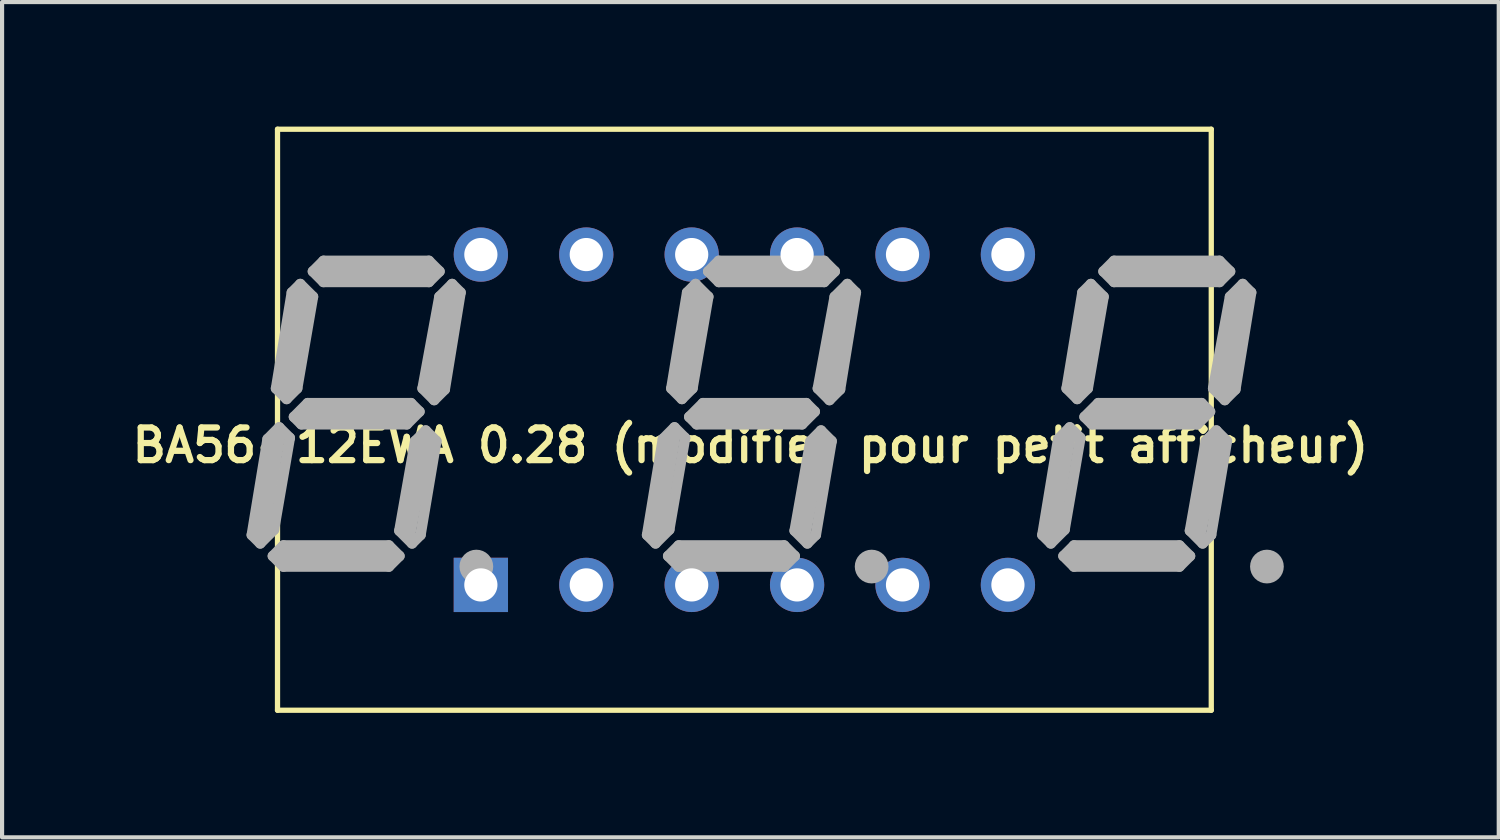
<source format=kicad_pcb>
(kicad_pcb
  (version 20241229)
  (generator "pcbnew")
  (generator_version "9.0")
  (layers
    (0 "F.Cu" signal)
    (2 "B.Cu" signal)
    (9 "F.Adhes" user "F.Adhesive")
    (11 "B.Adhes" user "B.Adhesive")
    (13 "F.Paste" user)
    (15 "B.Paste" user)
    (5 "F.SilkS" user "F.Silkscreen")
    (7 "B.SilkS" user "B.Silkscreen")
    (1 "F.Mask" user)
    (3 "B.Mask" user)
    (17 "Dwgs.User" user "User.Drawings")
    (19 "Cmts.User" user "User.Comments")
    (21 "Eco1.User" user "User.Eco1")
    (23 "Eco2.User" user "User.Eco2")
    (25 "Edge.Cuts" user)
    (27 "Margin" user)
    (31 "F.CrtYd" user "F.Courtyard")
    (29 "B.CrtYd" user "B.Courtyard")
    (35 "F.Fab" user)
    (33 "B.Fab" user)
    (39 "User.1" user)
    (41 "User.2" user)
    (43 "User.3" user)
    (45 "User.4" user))
  (footprint "BA56-12EWA 0.28 (modifier pour petit afficheur)"
    (layer "F.Cu")
    (at 14.887 7.064)
    (property "Reference" "BA56-12EWA 0.28 (modifier pour petit afficheur)" (at 0.145 0.617 0) (layer "F.SilkS") (effects (font (size 0.787 0.787) (thickness 0.15))))
    (attr through_hole)
    (fp_line (start -11.25 -7) (end -11.25 7) (stroke (width 0.127) (type solid)) (layer "F.SilkS"))
    (fp_line (start 11.25 -7) (end -11.25 -7) (stroke (width 0.127) (type solid)) (layer "F.SilkS"))
    (fp_line (start 11.25 -7) (end 11.25 7) (stroke (width 0.127) (type solid)) (layer "F.SilkS"))
    (fp_line (start 11.25 7) (end -11.25 7) (stroke (width 0.127) (type solid)) (layer "F.SilkS"))
    (fp_line (start -11.869 2.776) (end -11.666 2.979) (stroke (width 0.254) (type solid)) (layer "F.Fab"))
    (fp_line (start -11.666 2.776) (end -11.285 0.49) (stroke (width 0.406) (type solid)) (layer "F.Fab"))
    (fp_line (start -11.666 2.979) (end -11.336 2.649) (stroke (width 0.254) (type solid)) (layer "F.Fab"))
    (fp_line (start -11.488 0.465) (end -11.869 2.776) (stroke (width 0.254) (type solid)) (layer "F.Fab"))
    (fp_line (start -11.361 3.284) (end -11.107 3.03) (stroke (width 0.254) (type solid)) (layer "F.Fab"))
    (fp_line (start -11.336 2.649) (end -10.955 0.439) (stroke (width 0.254) (type solid)) (layer "F.Fab"))
    (fp_line (start -11.285 -0.755) (end -10.904 -3.066) (stroke (width 0.254) (type solid)) (layer "F.Fab"))
    (fp_line (start -11.209 0.185) (end -11.488 0.465) (stroke (width 0.254) (type solid)) (layer "F.Fab"))
    (fp_line (start -11.209 0.185) (end -10.955 0.439) (stroke (width 0.254) (type solid)) (layer "F.Fab"))
    (fp_line (start -11.107 3.03) (end -8.567 3.03) (stroke (width 0.254) (type solid)) (layer "F.Fab"))
    (fp_line (start -11.107 3.538) (end -11.361 3.284) (stroke (width 0.254) (type solid)) (layer "F.Fab"))
    (fp_line (start -11.031 -0.501) (end -11.285 -0.755) (stroke (width 0.254) (type solid)) (layer "F.Fab"))
    (fp_line (start -10.904 -3.066) (end -10.701 -3.269) (stroke (width 0.254) (type solid)) (layer "F.Fab"))
    (fp_line (start -10.853 -0.069) (end -10.523 -0.399) (stroke (width 0.254) (type solid)) (layer "F.Fab"))
    (fp_line (start -10.777 -0.755) (end -11.031 -0.501) (stroke (width 0.254) (type solid)) (layer "F.Fab"))
    (fp_line (start -10.701 -3.269) (end -10.396 -2.964) (stroke (width 0.254) (type solid)) (layer "F.Fab"))
    (fp_line (start -10.675 0.109) (end -10.853 -0.069) (stroke (width 0.254) (type solid)) (layer "F.Fab"))
    (fp_line (start -10.65 -2.939) (end -11.031 -0.78) (stroke (width 0.406) (type solid)) (layer "F.Fab"))
    (fp_line (start -10.65 -0.145) (end -8.11 -0.145) (stroke (width 0.406) (type solid)) (layer "F.Fab"))
    (fp_line (start -10.523 -0.399) (end -8.034 -0.399) (stroke (width 0.254) (type solid)) (layer "F.Fab"))
    (fp_line (start -10.396 -3.574) (end -10.142 -3.828) (stroke (width 0.254) (type solid)) (layer "F.Fab"))
    (fp_line (start -10.396 -2.964) (end -10.777 -0.755) (stroke (width 0.254) (type solid)) (layer "F.Fab"))
    (fp_line (start -10.142 -3.828) (end -7.602 -3.828) (stroke (width 0.254) (type solid)) (layer "F.Fab"))
    (fp_line (start -10.142 -3.32) (end -10.396 -3.574) (stroke (width 0.254) (type solid)) (layer "F.Fab"))
    (fp_line (start -8.618 3.284) (end -11.031 3.284) (stroke (width 0.406) (type solid)) (layer "F.Fab"))
    (fp_line (start -8.567 3.03) (end -8.313 3.284) (stroke (width 0.254) (type solid)) (layer "F.Fab"))
    (fp_line (start -8.567 3.538) (end -11.107 3.538) (stroke (width 0.254) (type solid)) (layer "F.Fab"))
    (fp_line (start -8.313 2.674) (end -8.008 2.979) (stroke (width 0.254) (type solid)) (layer "F.Fab"))
    (fp_line (start -8.313 3.284) (end -8.567 3.538) (stroke (width 0.254) (type solid)) (layer "F.Fab"))
    (fp_line (start -8.135 0.109) (end -10.675 0.109) (stroke (width 0.254) (type solid)) (layer "F.Fab"))
    (fp_line (start -8.034 -0.399) (end -7.831 -0.196) (stroke (width 0.254) (type solid)) (layer "F.Fab"))
    (fp_line (start -8.008 2.979) (end -7.805 2.776) (stroke (width 0.254) (type solid)) (layer "F.Fab"))
    (fp_line (start -7.932 0.515) (end -8.313 2.674) (stroke (width 0.254) (type solid)) (layer "F.Fab"))
    (fp_line (start -7.831 -0.196) (end -8.135 0.109) (stroke (width 0.254) (type solid)) (layer "F.Fab"))
    (fp_line (start -7.805 2.776) (end -7.424 0.515) (stroke (width 0.254) (type solid)) (layer "F.Fab"))
    (fp_line (start -7.754 -0.755) (end -7.475 -0.475) (stroke (width 0.254) (type solid)) (layer "F.Fab"))
    (fp_line (start -7.729 0.617) (end -8.11 2.649) (stroke (width 0.406) (type solid)) (layer "F.Fab"))
    (fp_line (start -7.678 0.261) (end -7.932 0.515) (stroke (width 0.254) (type solid)) (layer "F.Fab"))
    (fp_line (start -7.602 -3.828) (end -7.348 -3.574) (stroke (width 0.254) (type solid)) (layer "F.Fab"))
    (fp_line (start -7.602 -3.574) (end -10.142 -3.574) (stroke (width 0.406) (type solid)) (layer "F.Fab"))
    (fp_line (start -7.602 -3.32) (end -10.142 -3.32) (stroke (width 0.254) (type solid)) (layer "F.Fab"))
    (fp_line (start -7.475 -0.475) (end -7.221 -0.729) (stroke (width 0.254) (type solid)) (layer "F.Fab"))
    (fp_line (start -7.424 0.515) (end -7.678 0.261) (stroke (width 0.254) (type solid)) (layer "F.Fab"))
    (fp_line (start -7.348 -3.574) (end -7.602 -3.32) (stroke (width 0.254) (type solid)) (layer "F.Fab"))
    (fp_line (start -7.348 -2.964) (end -7.754 -0.755) (stroke (width 0.254) (type solid)) (layer "F.Fab"))
    (fp_line (start -7.221 -0.729) (end -6.84 -3.066) (stroke (width 0.254) (type solid)) (layer "F.Fab"))
    (fp_line (start -7.094 -2.939) (end -7.475 -0.78) (stroke (width 0.406) (type solid)) (layer "F.Fab"))
    (fp_line (start -7.043 -3.269) (end -7.348 -2.964) (stroke (width 0.254) (type solid)) (layer "F.Fab"))
    (fp_line (start -6.84 -3.066) (end -7.043 -3.269) (stroke (width 0.254) (type solid)) (layer "F.Fab"))
    (fp_line (start -6.586 3.538) (end -6.332 3.538) (stroke (width 0.305) (type solid)) (layer "F.Fab"))
    (fp_line (start -2.344 2.776) (end -2.141 2.979) (stroke (width 0.254) (type solid)) (layer "F.Fab"))
    (fp_line (start -2.141 2.776) (end -1.76 0.49) (stroke (width 0.406) (type solid)) (layer "F.Fab"))
    (fp_line (start -2.141 2.979) (end -1.811 2.649) (stroke (width 0.254) (type solid)) (layer "F.Fab"))
    (fp_line (start -1.963 0.465) (end -2.344 2.776) (stroke (width 0.254) (type solid)) (layer "F.Fab"))
    (fp_line (start -1.836 3.284) (end -1.582 3.03) (stroke (width 0.254) (type solid)) (layer "F.Fab"))
    (fp_line (start -1.811 2.649) (end -1.43 0.439) (stroke (width 0.254) (type solid)) (layer "F.Fab"))
    (fp_line (start -1.76 -0.755) (end -1.379 -3.066) (stroke (width 0.254) (type solid)) (layer "F.Fab"))
    (fp_line (start -1.684 0.185) (end -1.963 0.465) (stroke (width 0.254) (type solid)) (layer "F.Fab"))
    (fp_line (start -1.684 0.185) (end -1.43 0.439) (stroke (width 0.254) (type solid)) (layer "F.Fab"))
    (fp_line (start -1.582 3.03) (end 0.958 3.03) (stroke (width 0.254) (type solid)) (layer "F.Fab"))
    (fp_line (start -1.582 3.538) (end -1.836 3.284) (stroke (width 0.254) (type solid)) (layer "F.Fab"))
    (fp_line (start -1.506 -0.501) (end -1.76 -0.755) (stroke (width 0.254) (type solid)) (layer "F.Fab"))
    (fp_line (start -1.379 -3.066) (end -1.176 -3.269) (stroke (width 0.254) (type solid)) (layer "F.Fab"))
    (fp_line (start -1.328 -0.069) (end -0.998 -0.399) (stroke (width 0.254) (type solid)) (layer "F.Fab"))
    (fp_line (start -1.252 -0.755) (end -1.506 -0.501) (stroke (width 0.254) (type solid)) (layer "F.Fab"))
    (fp_line (start -1.176 -3.269) (end -0.871 -2.964) (stroke (width 0.254) (type solid)) (layer "F.Fab"))
    (fp_line (start -1.15 0.109) (end -1.328 -0.069) (stroke (width 0.254) (type solid)) (layer "F.Fab"))
    (fp_line (start -1.125 -2.939) (end -1.506 -0.78) (stroke (width 0.406) (type solid)) (layer "F.Fab"))
    (fp_line (start -1.125 -0.145) (end 1.415 -0.145) (stroke (width 0.406) (type solid)) (layer "F.Fab"))
    (fp_line (start -0.998 -0.399) (end 1.491 -0.399) (stroke (width 0.254) (type solid)) (layer "F.Fab"))
    (fp_line (start -0.871 -3.574) (end -0.617 -3.828) (stroke (width 0.254) (type solid)) (layer "F.Fab"))
    (fp_line (start -0.871 -2.964) (end -1.252 -0.755) (stroke (width 0.254) (type solid)) (layer "F.Fab"))
    (fp_line (start -0.617 -3.828) (end 1.923 -3.828) (stroke (width 0.254) (type solid)) (layer "F.Fab"))
    (fp_line (start -0.617 -3.32) (end -0.871 -3.574) (stroke (width 0.254) (type solid)) (layer "F.Fab"))
    (fp_line (start 0.907 3.284) (end -1.506 3.284) (stroke (width 0.406) (type solid)) (layer "F.Fab"))
    (fp_line (start 0.958 3.03) (end 1.212 3.284) (stroke (width 0.254) (type solid)) (layer "F.Fab"))
    (fp_line (start 0.958 3.538) (end -1.582 3.538) (stroke (width 0.254) (type solid)) (layer "F.Fab"))
    (fp_line (start 1.212 2.674) (end 1.517 2.979) (stroke (width 0.254) (type solid)) (layer "F.Fab"))
    (fp_line (start 1.212 3.284) (end 0.958 3.538) (stroke (width 0.254) (type solid)) (layer "F.Fab"))
    (fp_line (start 1.39 0.109) (end -1.15 0.109) (stroke (width 0.254) (type solid)) (layer "F.Fab"))
    (fp_line (start 1.491 -0.399) (end 1.694 -0.196) (stroke (width 0.254) (type solid)) (layer "F.Fab"))
    (fp_line (start 1.517 2.979) (end 1.72 2.776) (stroke (width 0.254) (type solid)) (layer "F.Fab"))
    (fp_line (start 1.593 0.515) (end 1.212 2.674) (stroke (width 0.254) (type solid)) (layer "F.Fab"))
    (fp_line (start 1.694 -0.196) (end 1.39 0.109) (stroke (width 0.254) (type solid)) (layer "F.Fab"))
    (fp_line (start 1.72 2.776) (end 2.101 0.515) (stroke (width 0.254) (type solid)) (layer "F.Fab"))
    (fp_line (start 1.771 -0.755) (end 2.05 -0.475) (stroke (width 0.254) (type solid)) (layer "F.Fab"))
    (fp_line (start 1.796 0.617) (end 1.415 2.649) (stroke (width 0.406) (type solid)) (layer "F.Fab"))
    (fp_line (start 1.847 0.261) (end 1.593 0.515) (stroke (width 0.254) (type solid)) (layer "F.Fab"))
    (fp_line (start 1.923 -3.828) (end 2.177 -3.574) (stroke (width 0.254) (type solid)) (layer "F.Fab"))
    (fp_line (start 1.923 -3.574) (end -0.617 -3.574) (stroke (width 0.406) (type solid)) (layer "F.Fab"))
    (fp_line (start 1.923 -3.32) (end -0.617 -3.32) (stroke (width 0.254) (type solid)) (layer "F.Fab"))
    (fp_line (start 2.05 -0.475) (end 2.304 -0.729) (stroke (width 0.254) (type solid)) (layer "F.Fab"))
    (fp_line (start 2.101 0.515) (end 1.847 0.261) (stroke (width 0.254) (type solid)) (layer "F.Fab"))
    (fp_line (start 2.177 -3.574) (end 1.923 -3.32) (stroke (width 0.254) (type solid)) (layer "F.Fab"))
    (fp_line (start 2.177 -2.964) (end 1.771 -0.755) (stroke (width 0.254) (type solid)) (layer "F.Fab"))
    (fp_line (start 2.304 -0.729) (end 2.685 -3.066) (stroke (width 0.254) (type solid)) (layer "F.Fab"))
    (fp_line (start 2.431 -2.939) (end 2.05 -0.78) (stroke (width 0.406) (type solid)) (layer "F.Fab"))
    (fp_line (start 2.482 -3.269) (end 2.177 -2.964) (stroke (width 0.254) (type solid)) (layer "F.Fab"))
    (fp_line (start 2.685 -3.066) (end 2.482 -3.269) (stroke (width 0.254) (type solid)) (layer "F.Fab"))
    (fp_line (start 2.939 3.538) (end 3.193 3.538) (stroke (width 0.305) (type solid)) (layer "F.Fab"))
    (fp_line (start 7.181 2.776) (end 7.384 2.979) (stroke (width 0.254) (type solid)) (layer "F.Fab"))
    (fp_line (start 7.384 2.776) (end 7.765 0.49) (stroke (width 0.406) (type solid)) (layer "F.Fab"))
    (fp_line (start 7.384 2.979) (end 7.714 2.649) (stroke (width 0.254) (type solid)) (layer "F.Fab"))
    (fp_line (start 7.562 0.465) (end 7.181 2.776) (stroke (width 0.254) (type solid)) (layer "F.Fab"))
    (fp_line (start 7.689 3.284) (end 7.943 3.03) (stroke (width 0.254) (type solid)) (layer "F.Fab"))
    (fp_line (start 7.714 2.649) (end 8.095 0.439) (stroke (width 0.254) (type solid)) (layer "F.Fab"))
    (fp_line (start 7.765 -0.755) (end 8.146 -3.066) (stroke (width 0.254) (type solid)) (layer "F.Fab"))
    (fp_line (start 7.841 0.185) (end 7.562 0.465) (stroke (width 0.254) (type solid)) (layer "F.Fab"))
    (fp_line (start 7.841 0.185) (end 8.095 0.439) (stroke (width 0.254) (type solid)) (layer "F.Fab"))
    (fp_line (start 7.943 3.03) (end 10.483 3.03) (stroke (width 0.254) (type solid)) (layer "F.Fab"))
    (fp_line (start 7.943 3.538) (end 7.689 3.284) (stroke (width 0.254) (type solid)) (layer "F.Fab"))
    (fp_line (start 8.019 -0.501) (end 7.765 -0.755) (stroke (width 0.254) (type solid)) (layer "F.Fab"))
    (fp_line (start 8.146 -3.066) (end 8.349 -3.269) (stroke (width 0.254) (type solid)) (layer "F.Fab"))
    (fp_line (start 8.197 -0.069) (end 8.527 -0.399) (stroke (width 0.254) (type solid)) (layer "F.Fab"))
    (fp_line (start 8.273 -0.755) (end 8.019 -0.501) (stroke (width 0.254) (type solid)) (layer "F.Fab"))
    (fp_line (start 8.349 -3.269) (end 8.654 -2.964) (stroke (width 0.254) (type solid)) (layer "F.Fab"))
    (fp_line (start 8.375 0.109) (end 8.197 -0.069) (stroke (width 0.254) (type solid)) (layer "F.Fab"))
    (fp_line (start 8.4 -2.939) (end 8.019 -0.78) (stroke (width 0.406) (type solid)) (layer "F.Fab"))
    (fp_line (start 8.4 -0.145) (end 10.94 -0.145) (stroke (width 0.406) (type solid)) (layer "F.Fab"))
    (fp_line (start 8.527 -0.399) (end 11.016 -0.399) (stroke (width 0.254) (type solid)) (layer "F.Fab"))
    (fp_line (start 8.654 -3.574) (end 8.908 -3.828) (stroke (width 0.254) (type solid)) (layer "F.Fab"))
    (fp_line (start 8.654 -2.964) (end 8.273 -0.755) (stroke (width 0.254) (type solid)) (layer "F.Fab"))
    (fp_line (start 8.908 -3.828) (end 11.448 -3.828) (stroke (width 0.254) (type solid)) (layer "F.Fab"))
    (fp_line (start 8.908 -3.32) (end 8.654 -3.574) (stroke (width 0.254) (type solid)) (layer "F.Fab"))
    (fp_line (start 10.432 3.284) (end 8.019 3.284) (stroke (width 0.406) (type solid)) (layer "F.Fab"))
    (fp_line (start 10.483 3.03) (end 10.737 3.284) (stroke (width 0.254) (type solid)) (layer "F.Fab"))
    (fp_line (start 10.483 3.538) (end 7.943 3.538) (stroke (width 0.254) (type solid)) (layer "F.Fab"))
    (fp_line (start 10.737 2.674) (end 11.042 2.979) (stroke (width 0.254) (type solid)) (layer "F.Fab"))
    (fp_line (start 10.737 3.284) (end 10.483 3.538) (stroke (width 0.254) (type solid)) (layer "F.Fab"))
    (fp_line (start 10.915 0.109) (end 8.375 0.109) (stroke (width 0.254) (type solid)) (layer "F.Fab"))
    (fp_line (start 11.016 -0.399) (end 11.219 -0.196) (stroke (width 0.254) (type solid)) (layer "F.Fab"))
    (fp_line (start 11.042 2.979) (end 11.245 2.776) (stroke (width 0.254) (type solid)) (layer "F.Fab"))
    (fp_line (start 11.118 0.515) (end 10.737 2.674) (stroke (width 0.254) (type solid)) (layer "F.Fab"))
    (fp_line (start 11.219 -0.196) (end 10.915 0.109) (stroke (width 0.254) (type solid)) (layer "F.Fab"))
    (fp_line (start 11.245 2.776) (end 11.626 0.515) (stroke (width 0.254) (type solid)) (layer "F.Fab"))
    (fp_line (start 11.296 -0.755) (end 11.575 -0.475) (stroke (width 0.254) (type solid)) (layer "F.Fab"))
    (fp_line (start 11.321 0.617) (end 10.94 2.649) (stroke (width 0.406) (type solid)) (layer "F.Fab"))
    (fp_line (start 11.372 0.261) (end 11.118 0.515) (stroke (width 0.254) (type solid)) (layer "F.Fab"))
    (fp_line (start 11.448 -3.828) (end 11.702 -3.574) (stroke (width 0.254) (type solid)) (layer "F.Fab"))
    (fp_line (start 11.448 -3.574) (end 8.908 -3.574) (stroke (width 0.406) (type solid)) (layer "F.Fab"))
    (fp_line (start 11.448 -3.32) (end 8.908 -3.32) (stroke (width 0.254) (type solid)) (layer "F.Fab"))
    (fp_line (start 11.575 -0.475) (end 11.829 -0.729) (stroke (width 0.254) (type solid)) (layer "F.Fab"))
    (fp_line (start 11.626 0.515) (end 11.372 0.261) (stroke (width 0.254) (type solid)) (layer "F.Fab"))
    (fp_line (start 11.702 -3.574) (end 11.448 -3.32) (stroke (width 0.254) (type solid)) (layer "F.Fab"))
    (fp_line (start 11.702 -2.964) (end 11.296 -0.755) (stroke (width 0.254) (type solid)) (layer "F.Fab"))
    (fp_line (start 11.829 -0.729) (end 12.21 -3.066) (stroke (width 0.254) (type solid)) (layer "F.Fab"))
    (fp_line (start 11.956 -2.939) (end 11.575 -0.78) (stroke (width 0.406) (type solid)) (layer "F.Fab"))
    (fp_line (start 12.007 -3.269) (end 11.702 -2.964) (stroke (width 0.254) (type solid)) (layer "F.Fab"))
    (fp_line (start 12.21 -3.066) (end 12.007 -3.269) (stroke (width 0.254) (type solid)) (layer "F.Fab"))
    (fp_line (start 12.464 3.538) (end 12.718 3.538) (stroke (width 0.305) (type solid)) (layer "F.Fab"))
    (fp_circle (center -6.459 3.538) (end -6.205 3.538) (stroke (width 0.305) (type solid)) (fill no) (layer "F.Fab"))
    (fp_circle (center 3.066 3.538) (end 3.32 3.538) (stroke (width 0.305) (type solid)) (fill no) (layer "F.Fab"))
    (fp_circle (center 12.591 3.538) (end 12.845 3.538) (stroke (width 0.305) (type solid)) (fill no) (layer "F.Fab"))
    (pad "P$1" thru_hole rect (at -6.35 3.98) (size 1.308 1.308) (drill 0.8) (layers "*.Cu" "*.Mask"))
    (pad "P$2" thru_hole circle (at -3.81 3.98) (size 1.308 1.308) (drill 0.8) (layers "*.Cu" "*.Mask"))
    (pad "P$3" thru_hole circle (at -1.27 3.98) (size 1.308 1.308) (drill 0.8) (layers "*.Cu" "*.Mask"))
    (pad "P$4" thru_hole circle (at 1.27 3.98) (size 1.308 1.308) (drill 0.8) (layers "*.Cu" "*.Mask"))
    (pad "P$5" thru_hole circle (at 3.81 3.98) (size 1.308 1.308) (drill 0.8) (layers "*.Cu" "*.Mask"))
    (pad "P$6" thru_hole circle (at 6.35 3.98) (size 1.308 1.308) (drill 0.8) (layers "*.Cu" "*.Mask"))
    (pad "P$7" thru_hole circle (at 6.35 -3.98) (size 1.308 1.308) (drill 0.8) (layers "*.Cu" "*.Mask"))
    (pad "P$8" thru_hole circle (at 3.81 -3.98) (size 1.308 1.308) (drill 0.8) (layers "*.Cu" "*.Mask"))
    (pad "P$9" thru_hole circle (at 1.27 -3.98) (size 1.308 1.308) (drill 0.8) (layers "*.Cu" "*.Mask"))
    (pad "P$10" thru_hole circle (at -1.27 -3.98) (size 1.308 1.308) (drill 0.8) (layers "*.Cu" "*.Mask"))
    (pad "P$11" thru_hole circle (at -3.81 -3.98) (size 1.308 1.308) (drill 0.8) (layers "*.Cu" "*.Mask"))
    (pad "P$12" thru_hole circle (at -6.35 -3.98) (size 1.308 1.308) (drill 0.8) (layers "*.Cu" "*.Mask")))
  (gr_rect
    (start -3 -3)
    (end 33.064 17.127)
    (stroke (width 0.1) (type default))
    (fill no)
    (layer "Edge.Cuts")))
</source>
